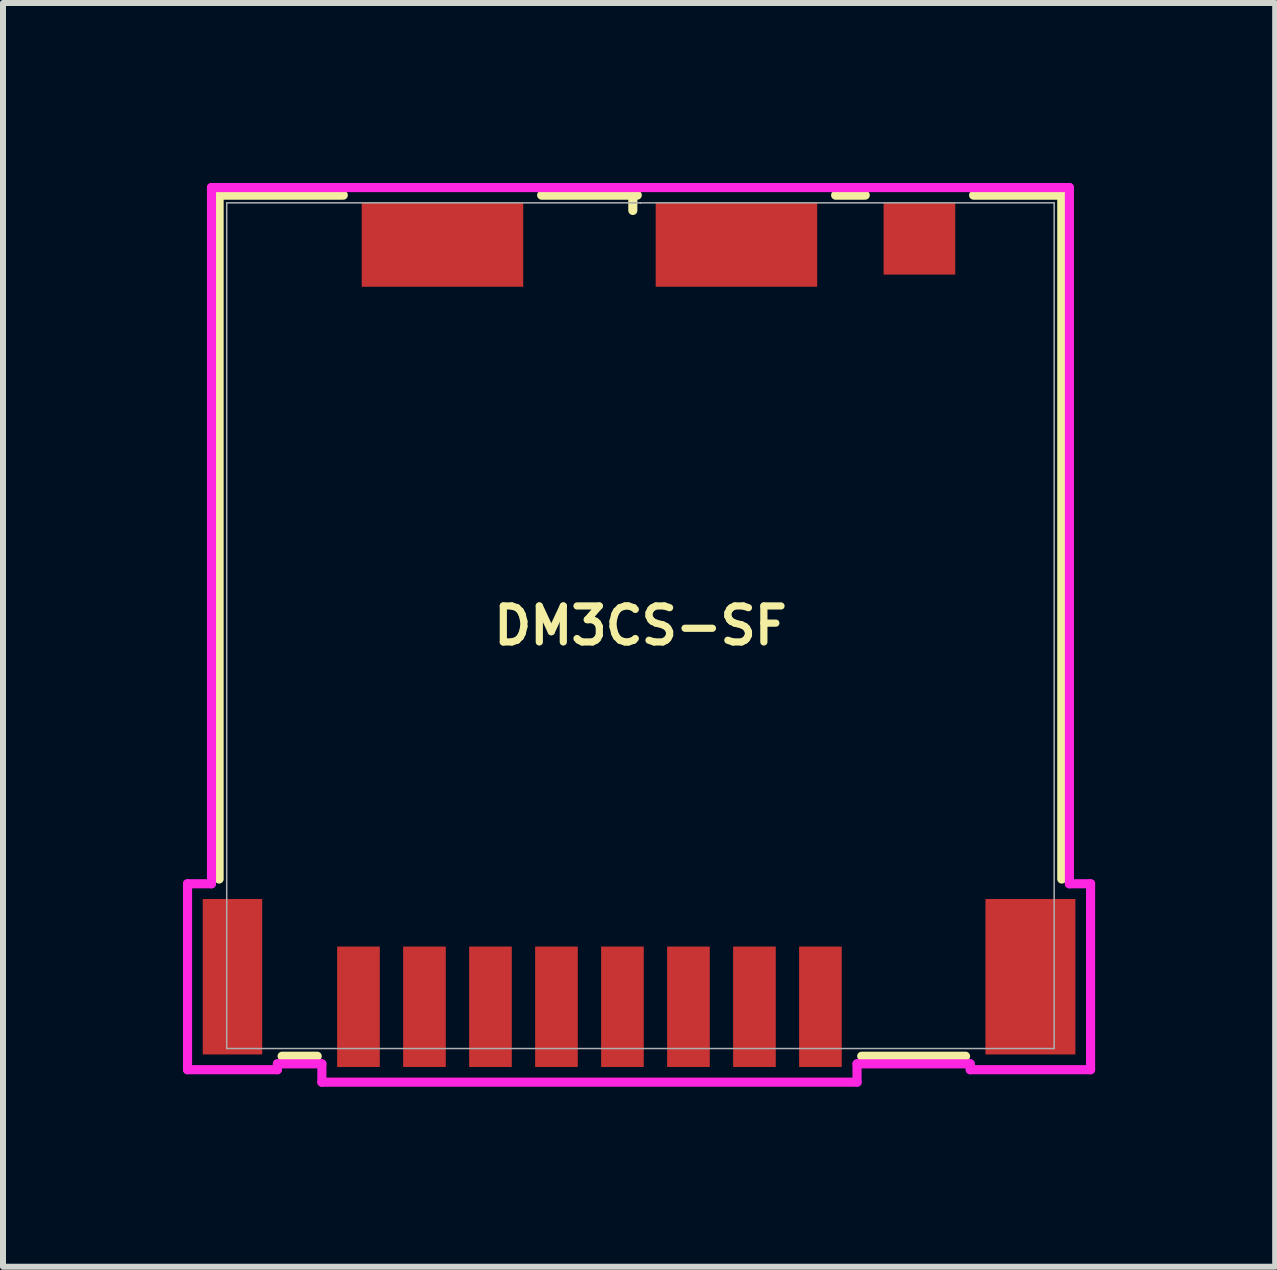
<source format=kicad_pcb>
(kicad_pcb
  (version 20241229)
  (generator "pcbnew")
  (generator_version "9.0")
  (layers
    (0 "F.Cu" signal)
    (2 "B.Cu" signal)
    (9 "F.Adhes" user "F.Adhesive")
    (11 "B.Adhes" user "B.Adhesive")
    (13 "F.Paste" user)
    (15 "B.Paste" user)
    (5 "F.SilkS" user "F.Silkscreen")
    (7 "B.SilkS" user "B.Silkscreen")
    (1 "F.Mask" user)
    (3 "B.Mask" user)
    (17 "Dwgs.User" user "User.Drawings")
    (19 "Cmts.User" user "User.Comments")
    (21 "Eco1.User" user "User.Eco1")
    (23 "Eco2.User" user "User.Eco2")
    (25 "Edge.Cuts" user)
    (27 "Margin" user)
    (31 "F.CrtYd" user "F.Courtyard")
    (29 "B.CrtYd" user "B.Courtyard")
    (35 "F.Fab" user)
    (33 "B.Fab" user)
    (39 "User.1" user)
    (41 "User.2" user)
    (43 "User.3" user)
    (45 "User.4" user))
  (footprint "DM3CS-SF"
    (layer "F.Cu")
    (at 7.625 7.379)
    (property "Reference" "DM3CS-SF" (at 0 0 0) (unlocked yes) (layer "F.SilkS") (effects (font (size 0.6 0.6) (thickness 0.12))))
    (attr smd)
    (fp_line (start -7.023 -7.176) (end -7.023 4.223) (stroke (width 0.152) (type solid)) (layer "F.SilkS"))
    (fp_line (start -5.973 7.176) (end -5.388 7.176) (stroke (width 0.152) (type solid)) (layer "F.SilkS"))
    (fp_line (start -4.953 -7.176) (end -7.023 -7.176) (stroke (width 0.152) (type solid)) (layer "F.SilkS"))
    (fp_line (start -0.127 -7.176) (end -0.127 -6.921) (stroke (width 0.152) (type solid)) (layer "F.SilkS"))
    (fp_line (start -0.053 -7.176) (end -1.647 -7.176) (stroke (width 0.152) (type solid)) (layer "F.SilkS"))
    (fp_line (start 3.688 7.176) (end 5.419 7.176) (stroke (width 0.152) (type solid)) (layer "F.SilkS"))
    (fp_line (start 3.747 -7.176) (end 3.253 -7.176) (stroke (width 0.152) (type solid)) (layer "F.SilkS"))
    (fp_line (start 7.023 -7.176) (end 5.553 -7.176) (stroke (width 0.152) (type solid)) (layer "F.SilkS"))
    (fp_line (start 7.023 4.223) (end 7.023 -7.176) (stroke (width 0.152) (type solid)) (layer "F.SilkS"))
    (fp_line (start -7.549 4.302) (end -7.549 7.401) (stroke (width 0.152) (type solid)) (layer "F.CrtYd"))
    (fp_line (start -7.549 7.401) (end -6.051 7.401) (stroke (width 0.152) (type solid)) (layer "F.CrtYd"))
    (fp_line (start -7.15 -7.303) (end -7.15 4.302) (stroke (width 0.152) (type solid)) (layer "F.CrtYd"))
    (fp_line (start -7.15 4.302) (end -7.549 4.302) (stroke (width 0.152) (type solid)) (layer "F.CrtYd"))
    (fp_line (start -6.051 7.303) (end -5.31 7.303) (stroke (width 0.152) (type solid)) (layer "F.CrtYd"))
    (fp_line (start -6.051 7.401) (end -6.051 7.303) (stroke (width 0.152) (type solid)) (layer "F.CrtYd"))
    (fp_line (start -5.31 7.303) (end -5.31 7.609) (stroke (width 0.152) (type solid)) (layer "F.CrtYd"))
    (fp_line (start -5.31 7.609) (end 3.61 7.609) (stroke (width 0.152) (type solid)) (layer "F.CrtYd"))
    (fp_line (start 3.61 7.303) (end 5.497 7.303) (stroke (width 0.152) (type solid)) (layer "F.CrtYd"))
    (fp_line (start 3.61 7.609) (end 3.61 7.303) (stroke (width 0.152) (type solid)) (layer "F.CrtYd"))
    (fp_line (start 5.497 7.303) (end 5.497 7.401) (stroke (width 0.152) (type solid)) (layer "F.CrtYd"))
    (fp_line (start 5.497 7.401) (end 7.503 7.401) (stroke (width 0.152) (type solid)) (layer "F.CrtYd"))
    (fp_line (start 7.15 -7.303) (end -7.15 -7.303) (stroke (width 0.152) (type solid)) (layer "F.CrtYd"))
    (fp_line (start 7.15 4.302) (end 7.15 -7.303) (stroke (width 0.152) (type solid)) (layer "F.CrtYd"))
    (fp_line (start 7.503 4.302) (end 7.15 4.302) (stroke (width 0.152) (type solid)) (layer "F.CrtYd"))
    (fp_line (start 7.503 7.401) (end 7.503 4.302) (stroke (width 0.152) (type solid)) (layer "F.CrtYd"))
    (fp_line (start -6.896 -7.048) (end -6.896 7.048) (stroke (width 0.025) (type solid)) (layer "F.Fab"))
    (fp_line (start -6.896 7.048) (end 6.896 7.048) (stroke (width 0.025) (type solid)) (layer "F.Fab"))
    (fp_line (start 0 -7.048) (end 0 -7.048) (stroke (width 0.025) (type solid)) (layer "F.Fab"))
    (fp_line (start 0 -7.048) (end 0 -7.048) (stroke (width 0.025) (type solid)) (layer "F.Fab"))
    (fp_line (start 0 -7.048) (end 0 -7.048) (stroke (width 0.025) (type solid)) (layer "F.Fab"))
    (fp_line (start 0 -7.048) (end 0 -7.048) (stroke (width 0.025) (type solid)) (layer "F.Fab"))
    (fp_line (start 6.896 -7.048) (end -6.896 -7.048) (stroke (width 0.025) (type solid)) (layer "F.Fab"))
    (fp_line (start 6.896 7.048) (end 6.896 -7.048) (stroke (width 0.025) (type solid)) (layer "F.Fab"))
    (pad "1" smd rect (at 3 6.352) (size 0.711 2.007) (layers "F.Cu" "F.Mask" "F.Paste"))
    (pad "2" smd rect (at 1.9 6.352) (size 0.711 2.007) (layers "F.Cu" "F.Mask" "F.Paste"))
    (pad "3" smd rect (at 0.8 6.352) (size 0.711 2.007) (layers "F.Cu" "F.Mask" "F.Paste"))
    (pad "4" smd rect (at -0.3 6.352) (size 0.711 2.007) (layers "F.Cu" "F.Mask" "F.Paste"))
    (pad "5" smd rect (at -1.4 6.352) (size 0.711 2.007) (layers "F.Cu" "F.Mask" "F.Paste"))
    (pad "6" smd rect (at -2.5 6.352) (size 0.711 2.007) (layers "F.Cu" "F.Mask" "F.Paste"))
    (pad "7" smd rect (at -3.6 6.352) (size 0.711 2.007) (layers "F.Cu" "F.Mask" "F.Paste"))
    (pad "8" smd rect (at -4.7 6.352) (size 0.711 2.007) (layers "F.Cu" "F.Mask" "F.Paste"))
    (pad "9" smd rect (at 1.6 -6.348) (size 2.692 1.397) (layers "F.Cu" "F.Mask" "F.Paste"))
    (pad "10" smd rect (at -6.8 5.851) (size 0.991 2.591) (layers "F.Cu" "F.Mask" "F.Paste"))
    (pad "11" smd rect (at -3.3 -6.348) (size 2.692 1.397) (layers "F.Cu" "F.Mask" "F.Paste"))
    (pad "12" smd rect (at 4.65 -6.449) (size 1.194 1.194) (layers "F.Cu" "F.Mask" "F.Paste"))
    (pad "13" smd rect (at 6.5 5.851) (size 1.499 2.591) (layers "F.Cu" "F.Mask" "F.Paste")))
  (gr_rect
    (start -3 -3)
    (end 18.205 18.064)
    (stroke (width 0.1) (type default))
    (fill no)
    (layer "Edge.Cuts")))
</source>
